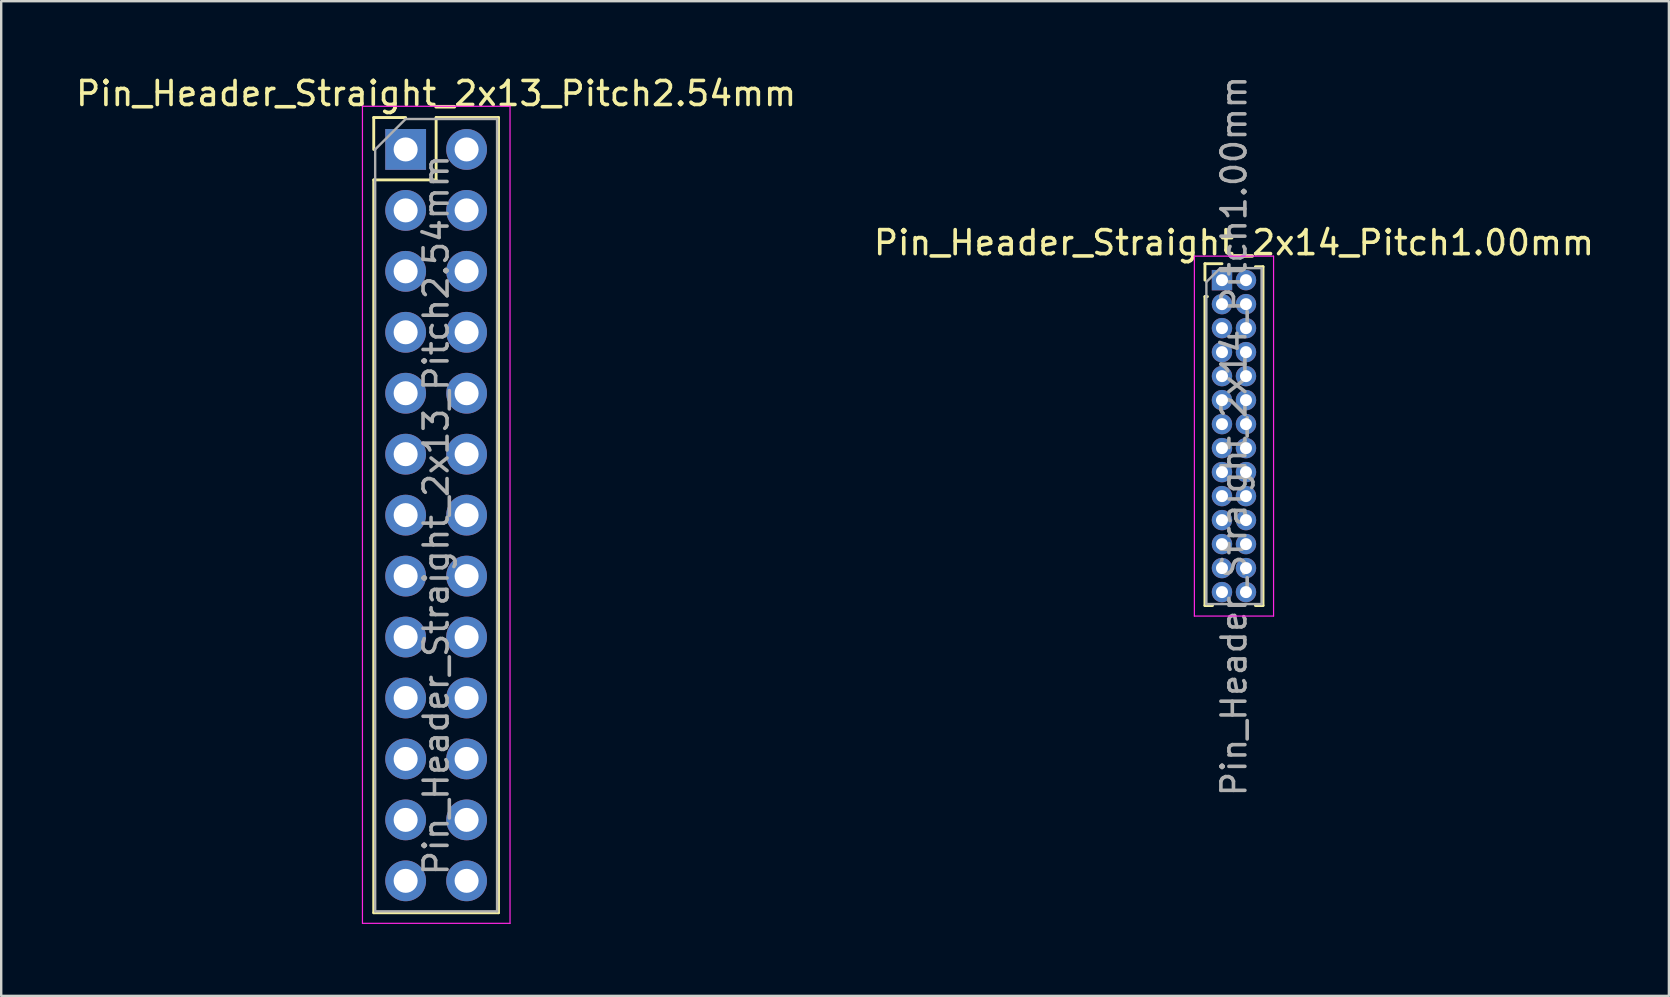
<source format=kicad_pcb>
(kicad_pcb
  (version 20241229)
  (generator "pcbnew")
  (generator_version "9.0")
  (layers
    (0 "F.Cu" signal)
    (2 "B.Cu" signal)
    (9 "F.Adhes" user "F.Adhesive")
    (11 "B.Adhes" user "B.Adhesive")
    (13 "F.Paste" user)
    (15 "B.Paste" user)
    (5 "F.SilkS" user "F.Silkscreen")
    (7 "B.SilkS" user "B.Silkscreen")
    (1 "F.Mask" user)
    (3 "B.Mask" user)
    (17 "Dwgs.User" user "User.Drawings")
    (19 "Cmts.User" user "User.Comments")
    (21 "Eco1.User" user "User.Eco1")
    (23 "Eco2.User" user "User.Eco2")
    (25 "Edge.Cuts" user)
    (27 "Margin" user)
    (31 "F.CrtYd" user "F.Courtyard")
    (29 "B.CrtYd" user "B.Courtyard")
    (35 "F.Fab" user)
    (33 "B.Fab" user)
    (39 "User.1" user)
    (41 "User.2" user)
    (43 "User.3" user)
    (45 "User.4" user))
  (footprint "Pin_Header_Straight_2x14_Pitch1.00mm"
    (layer "F.Cu")
    (at 47.875 8.625)
    (property "Reference" "Pin_Header_Straight_2x14_Pitch1.00mm" (at 0.5 -1.56 0) (layer "F.SilkS") (effects (font (size 1 1) (thickness 0.15))))
    (attr through_hole)
    (fp_line (start -0.71 -0.685) (end 0 -0.685) (stroke (width 0.12) (type solid)) (layer "F.SilkS"))
    (fp_line (start -0.71 0) (end -0.71 -0.685) (stroke (width 0.12) (type solid)) (layer "F.SilkS"))
    (fp_line (start -0.71 0.685) (end -0.71 13.56) (stroke (width 0.12) (type solid)) (layer "F.SilkS"))
    (fp_line (start -0.71 0.685) (end -0.608 0.685) (stroke (width 0.12) (type solid)) (layer "F.SilkS"))
    (fp_line (start -0.71 13.56) (end -0.394 13.56) (stroke (width 0.12) (type solid)) (layer "F.SilkS"))
    (fp_line (start 0.394 13.56) (end 0.606 13.56) (stroke (width 0.12) (type solid)) (layer "F.SilkS"))
    (fp_line (start 1.394 -0.56) (end 1.71 -0.56) (stroke (width 0.12) (type solid)) (layer "F.SilkS"))
    (fp_line (start 1.394 13.56) (end 1.71 13.56) (stroke (width 0.12) (type solid)) (layer "F.SilkS"))
    (fp_line (start 1.71 -0.56) (end 1.71 13.56) (stroke (width 0.12) (type solid)) (layer "F.SilkS"))
    (fp_line (start -1.15 -1) (end -1.15 14) (stroke (width 0.05) (type solid)) (layer "F.CrtYd"))
    (fp_line (start -1.15 14) (end 2.15 14) (stroke (width 0.05) (type solid)) (layer "F.CrtYd"))
    (fp_line (start 2.15 -1) (end -1.15 -1) (stroke (width 0.05) (type solid)) (layer "F.CrtYd"))
    (fp_line (start 2.15 14) (end 2.15 -1) (stroke (width 0.05) (type solid)) (layer "F.CrtYd"))
    (fp_line (start -0.65 0.075) (end -0.075 -0.5) (stroke (width 0.1) (type solid)) (layer "F.Fab"))
    (fp_line (start -0.65 13.5) (end -0.65 0.075) (stroke (width 0.1) (type solid)) (layer "F.Fab"))
    (fp_line (start -0.075 -0.5) (end 1.65 -0.5) (stroke (width 0.1) (type solid)) (layer "F.Fab"))
    (fp_line (start 1.65 -0.5) (end 1.65 13.5) (stroke (width 0.1) (type solid)) (layer "F.Fab"))
    (fp_line (start 1.65 13.5) (end -0.65 13.5) (stroke (width 0.1) (type solid)) (layer "F.Fab"))
    (fp_text user "${REFERENCE}" (at 0.5 6.5 90) (layer "F.Fab") (effects (font (size 1 1) (thickness 0.15))))
    (pad "1" thru_hole rect (at 0 0) (size 0.85 0.85) (drill 0.5) (layers "*.Cu" "*.Mask"))
    (pad "2" thru_hole oval (at 1 0) (size 0.85 0.85) (drill 0.5) (layers "*.Cu" "*.Mask"))
    (pad "3" thru_hole oval (at 0 1) (size 0.85 0.85) (drill 0.5) (layers "*.Cu" "*.Mask"))
    (pad "4" thru_hole oval (at 1 1) (size 0.85 0.85) (drill 0.5) (layers "*.Cu" "*.Mask"))
    (pad "5" thru_hole oval (at 0 2) (size 0.85 0.85) (drill 0.5) (layers "*.Cu" "*.Mask"))
    (pad "6" thru_hole oval (at 1 2) (size 0.85 0.85) (drill 0.5) (layers "*.Cu" "*.Mask"))
    (pad "7" thru_hole oval (at 0 3) (size 0.85 0.85) (drill 0.5) (layers "*.Cu" "*.Mask"))
    (pad "8" thru_hole oval (at 1 3) (size 0.85 0.85) (drill 0.5) (layers "*.Cu" "*.Mask"))
    (pad "9" thru_hole oval (at 0 4) (size 0.85 0.85) (drill 0.5) (layers "*.Cu" "*.Mask"))
    (pad "10" thru_hole oval (at 1 4) (size 0.85 0.85) (drill 0.5) (layers "*.Cu" "*.Mask"))
    (pad "11" thru_hole oval (at 0 5) (size 0.85 0.85) (drill 0.5) (layers "*.Cu" "*.Mask"))
    (pad "12" thru_hole oval (at 1 5) (size 0.85 0.85) (drill 0.5) (layers "*.Cu" "*.Mask"))
    (pad "13" thru_hole oval (at 0 6) (size 0.85 0.85) (drill 0.5) (layers "*.Cu" "*.Mask"))
    (pad "14" thru_hole oval (at 1 6) (size 0.85 0.85) (drill 0.5) (layers "*.Cu" "*.Mask"))
    (pad "15" thru_hole oval (at 0 7) (size 0.85 0.85) (drill 0.5) (layers "*.Cu" "*.Mask"))
    (pad "16" thru_hole oval (at 1 7) (size 0.85 0.85) (drill 0.5) (layers "*.Cu" "*.Mask"))
    (pad "17" thru_hole oval (at 0 8) (size 0.85 0.85) (drill 0.5) (layers "*.Cu" "*.Mask"))
    (pad "18" thru_hole oval (at 1 8) (size 0.85 0.85) (drill 0.5) (layers "*.Cu" "*.Mask"))
    (pad "19" thru_hole oval (at 0 9) (size 0.85 0.85) (drill 0.5) (layers "*.Cu" "*.Mask"))
    (pad "20" thru_hole oval (at 1 9) (size 0.85 0.85) (drill 0.5) (layers "*.Cu" "*.Mask"))
    (pad "21" thru_hole oval (at 0 10) (size 0.85 0.85) (drill 0.5) (layers "*.Cu" "*.Mask"))
    (pad "22" thru_hole oval (at 1 10) (size 0.85 0.85) (drill 0.5) (layers "*.Cu" "*.Mask"))
    (pad "23" thru_hole oval (at 0 11) (size 0.85 0.85) (drill 0.5) (layers "*.Cu" "*.Mask"))
    (pad "24" thru_hole oval (at 1 11) (size 0.85 0.85) (drill 0.5) (layers "*.Cu" "*.Mask"))
    (pad "25" thru_hole oval (at 0 12) (size 0.85 0.85) (drill 0.5) (layers "*.Cu" "*.Mask"))
    (pad "26" thru_hole oval (at 1 12) (size 0.85 0.85) (drill 0.5) (layers "*.Cu" "*.Mask"))
    (pad "27" thru_hole oval (at 0 13) (size 0.85 0.85) (drill 0.5) (layers "*.Cu" "*.Mask"))
    (pad "28" thru_hole oval (at 1 13) (size 0.85 0.85) (drill 0.5) (layers "*.Cu" "*.Mask")))
  (footprint "Pin_Header_Straight_2x13_Pitch2.54mm"
    (layer "F.Cu")
    (at 13.855 3.178)
    (property "Reference" "Pin_Header_Straight_2x13_Pitch2.54mm" (at 1.27 -2.33 0) (layer "F.SilkS") (effects (font (size 1 1) (thickness 0.15))))
    (attr through_hole)
    (fp_line (start -1.33 -1.33) (end 0 -1.33) (stroke (width 0.12) (type solid)) (layer "F.SilkS"))
    (fp_line (start -1.33 0) (end -1.33 -1.33) (stroke (width 0.12) (type solid)) (layer "F.SilkS"))
    (fp_line (start -1.33 1.27) (end -1.33 31.81) (stroke (width 0.12) (type solid)) (layer "F.SilkS"))
    (fp_line (start -1.33 1.27) (end 1.27 1.27) (stroke (width 0.12) (type solid)) (layer "F.SilkS"))
    (fp_line (start -1.33 31.81) (end 3.87 31.81) (stroke (width 0.12) (type solid)) (layer "F.SilkS"))
    (fp_line (start 1.27 -1.33) (end 3.87 -1.33) (stroke (width 0.12) (type solid)) (layer "F.SilkS"))
    (fp_line (start 1.27 1.27) (end 1.27 -1.33) (stroke (width 0.12) (type solid)) (layer "F.SilkS"))
    (fp_line (start 3.87 -1.33) (end 3.87 31.81) (stroke (width 0.12) (type solid)) (layer "F.SilkS"))
    (fp_line (start -1.8 -1.8) (end -1.8 32.25) (stroke (width 0.05) (type solid)) (layer "F.CrtYd"))
    (fp_line (start -1.8 32.25) (end 4.35 32.25) (stroke (width 0.05) (type solid)) (layer "F.CrtYd"))
    (fp_line (start 4.35 -1.8) (end -1.8 -1.8) (stroke (width 0.05) (type solid)) (layer "F.CrtYd"))
    (fp_line (start 4.35 32.25) (end 4.35 -1.8) (stroke (width 0.05) (type solid)) (layer "F.CrtYd"))
    (fp_line (start -1.27 0) (end 0 -1.27) (stroke (width 0.1) (type solid)) (layer "F.Fab"))
    (fp_line (start -1.27 31.75) (end -1.27 0) (stroke (width 0.1) (type solid)) (layer "F.Fab"))
    (fp_line (start 0 -1.27) (end 3.81 -1.27) (stroke (width 0.1) (type solid)) (layer "F.Fab"))
    (fp_line (start 3.81 -1.27) (end 3.81 31.75) (stroke (width 0.1) (type solid)) (layer "F.Fab"))
    (fp_line (start 3.81 31.75) (end -1.27 31.75) (stroke (width 0.1) (type solid)) (layer "F.Fab"))
    (fp_text user "${REFERENCE}" (at 1.27 15.24 90) (layer "F.Fab") (effects (font (size 1 1) (thickness 0.15))))
    (pad "1" thru_hole rect (at 0 0) (size 1.7 1.7) (drill 1) (layers "*.Cu" "*.Mask"))
    (pad "2" thru_hole oval (at 2.54 0) (size 1.7 1.7) (drill 1) (layers "*.Cu" "*.Mask"))
    (pad "3" thru_hole oval (at 0 2.54) (size 1.7 1.7) (drill 1) (layers "*.Cu" "*.Mask"))
    (pad "4" thru_hole oval (at 2.54 2.54) (size 1.7 1.7) (drill 1) (layers "*.Cu" "*.Mask"))
    (pad "5" thru_hole oval (at 0 5.08) (size 1.7 1.7) (drill 1) (layers "*.Cu" "*.Mask"))
    (pad "6" thru_hole oval (at 2.54 5.08) (size 1.7 1.7) (drill 1) (layers "*.Cu" "*.Mask"))
    (pad "7" thru_hole oval (at 0 7.62) (size 1.7 1.7) (drill 1) (layers "*.Cu" "*.Mask"))
    (pad "8" thru_hole oval (at 2.54 7.62) (size 1.7 1.7) (drill 1) (layers "*.Cu" "*.Mask"))
    (pad "9" thru_hole oval (at 0 10.16) (size 1.7 1.7) (drill 1) (layers "*.Cu" "*.Mask"))
    (pad "10" thru_hole oval (at 2.54 10.16) (size 1.7 1.7) (drill 1) (layers "*.Cu" "*.Mask"))
    (pad "11" thru_hole oval (at 0 12.7) (size 1.7 1.7) (drill 1) (layers "*.Cu" "*.Mask"))
    (pad "12" thru_hole oval (at 2.54 12.7) (size 1.7 1.7) (drill 1) (layers "*.Cu" "*.Mask"))
    (pad "13" thru_hole oval (at 0 15.24) (size 1.7 1.7) (drill 1) (layers "*.Cu" "*.Mask"))
    (pad "14" thru_hole oval (at 2.54 15.24) (size 1.7 1.7) (drill 1) (layers "*.Cu" "*.Mask"))
    (pad "15" thru_hole oval (at 0 17.78) (size 1.7 1.7) (drill 1) (layers "*.Cu" "*.Mask"))
    (pad "16" thru_hole oval (at 2.54 17.78) (size 1.7 1.7) (drill 1) (layers "*.Cu" "*.Mask"))
    (pad "17" thru_hole oval (at 0 20.32) (size 1.7 1.7) (drill 1) (layers "*.Cu" "*.Mask"))
    (pad "18" thru_hole oval (at 2.54 20.32) (size 1.7 1.7) (drill 1) (layers "*.Cu" "*.Mask"))
    (pad "19" thru_hole oval (at 0 22.86) (size 1.7 1.7) (drill 1) (layers "*.Cu" "*.Mask"))
    (pad "20" thru_hole oval (at 2.54 22.86) (size 1.7 1.7) (drill 1) (layers "*.Cu" "*.Mask"))
    (pad "21" thru_hole oval (at 0 25.4) (size 1.7 1.7) (drill 1) (layers "*.Cu" "*.Mask"))
    (pad "22" thru_hole oval (at 2.54 25.4) (size 1.7 1.7) (drill 1) (layers "*.Cu" "*.Mask"))
    (pad "23" thru_hole oval (at 0 27.94) (size 1.7 1.7) (drill 1) (layers "*.Cu" "*.Mask"))
    (pad "24" thru_hole oval (at 2.54 27.94) (size 1.7 1.7) (drill 1) (layers "*.Cu" "*.Mask"))
    (pad "25" thru_hole oval (at 0 30.48) (size 1.7 1.7) (drill 1) (layers "*.Cu" "*.Mask"))
    (pad "26" thru_hole oval (at 2.54 30.48) (size 1.7 1.7) (drill 1) (layers "*.Cu" "*.Mask")))
  (gr_rect
    (start -3 -3)
    (end 66.5 38.453)
    (stroke (width 0.1) (type default))
    (fill no)
    (layer "Edge.Cuts")))
</source>
